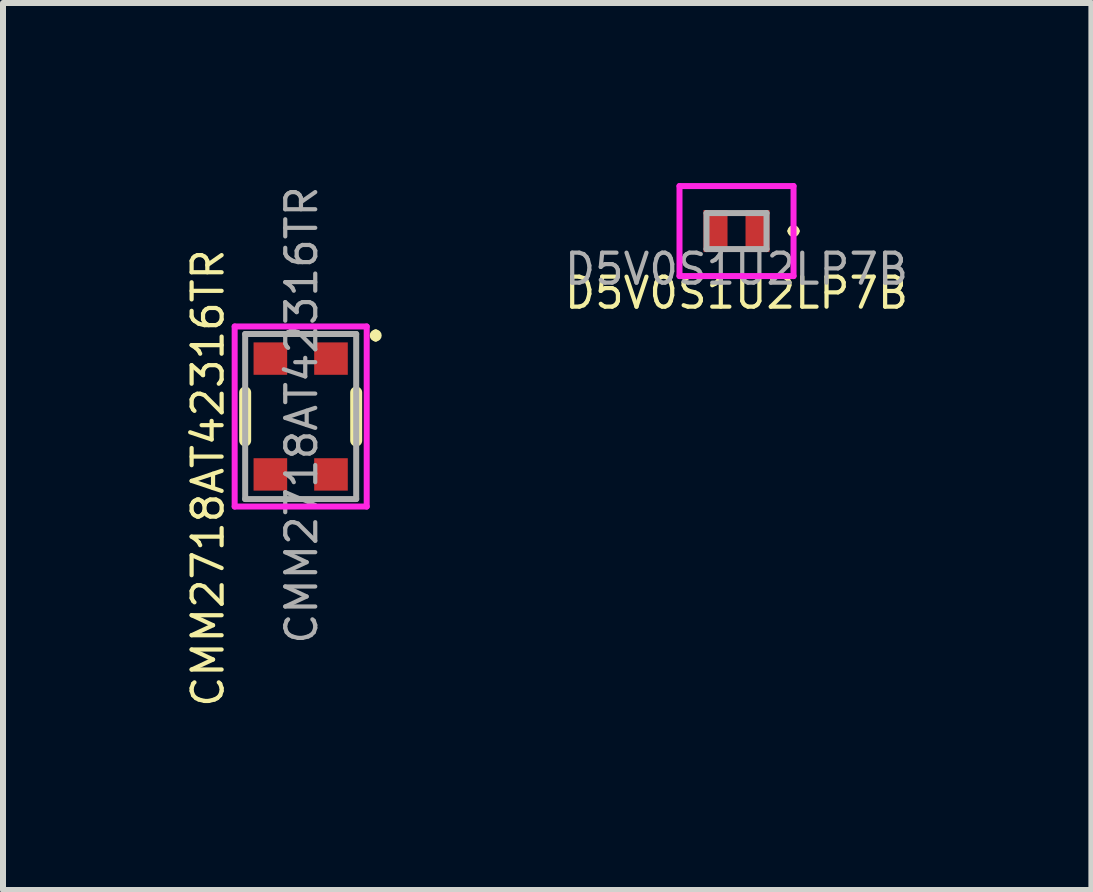
<source format=kicad_pcb>
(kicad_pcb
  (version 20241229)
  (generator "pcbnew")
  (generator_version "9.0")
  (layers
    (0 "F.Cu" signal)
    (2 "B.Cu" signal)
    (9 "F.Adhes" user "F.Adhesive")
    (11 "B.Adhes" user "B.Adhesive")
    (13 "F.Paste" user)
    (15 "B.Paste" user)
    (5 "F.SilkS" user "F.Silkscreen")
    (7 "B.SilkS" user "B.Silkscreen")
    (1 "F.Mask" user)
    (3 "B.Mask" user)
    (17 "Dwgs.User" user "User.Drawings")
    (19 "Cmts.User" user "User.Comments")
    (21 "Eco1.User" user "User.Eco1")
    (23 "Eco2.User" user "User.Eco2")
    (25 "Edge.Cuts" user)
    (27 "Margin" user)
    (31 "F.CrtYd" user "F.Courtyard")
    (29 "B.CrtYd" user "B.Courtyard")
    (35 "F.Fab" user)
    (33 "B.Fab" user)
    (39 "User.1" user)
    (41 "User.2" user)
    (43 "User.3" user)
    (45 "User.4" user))
  (footprint "CMM2718AT42316TR"
    (layer "F.Cu")
    (at 1.96 3.89)
    (property "Reference" "CMM2718AT42316TR" (at -1.545 1.025 90) (layer "F.SilkS") (effects (font (size 0.5 0.5) (thickness 0.07))))
    (attr smd)
    (fp_line (start -0.925 -0.4) (end -0.925 0.4) (stroke (width 0.2) (type solid)) (layer "F.SilkS"))
    (fp_line (start 0.925 -0.4) (end 0.925 0.4) (stroke (width 0.2) (type solid)) (layer "F.SilkS"))
    (fp_line (start 1.25 -1.4) (end 1.25 -1.4) (stroke (width 0.1) (type solid)) (layer "F.SilkS"))
    (fp_line (start 1.25 -1.3) (end 1.25 -1.3) (stroke (width 0.1) (type solid)) (layer "F.SilkS"))
    (fp_arc (start 1.25 -1.4) (mid 1.3 -1.35) (end 1.25 -1.3) (stroke (width 0.1) (type solid)) (layer "F.SilkS"))
    (fp_arc (start 1.25 -1.3) (mid 1.2 -1.35) (end 1.25 -1.4) (stroke (width 0.1) (type solid)) (layer "F.SilkS"))
    (fp_line (start -1.1 -1.5) (end 1.1 -1.5) (stroke (width 0.1) (type solid)) (layer "F.CrtYd"))
    (fp_line (start -1.1 1.5) (end -1.1 -1.5) (stroke (width 0.1) (type solid)) (layer "F.CrtYd"))
    (fp_line (start 1.1 -1.5) (end 1.1 1.5) (stroke (width 0.1) (type solid)) (layer "F.CrtYd"))
    (fp_line (start 1.1 1.5) (end -1.1 1.5) (stroke (width 0.1) (type solid)) (layer "F.CrtYd"))
    (fp_line (start -0.925 -1.375) (end 0.925 -1.375) (stroke (width 0.1) (type solid)) (layer "F.Fab"))
    (fp_line (start -0.925 1.375) (end -0.925 -1.375) (stroke (width 0.1) (type solid)) (layer "F.Fab"))
    (fp_line (start 0.925 -1.375) (end 0.925 1.375) (stroke (width 0.1) (type solid)) (layer "F.Fab"))
    (fp_line (start 0.925 1.375) (end -0.925 1.375) (stroke (width 0.1) (type solid)) (layer "F.Fab"))
    (fp_text user "${REFERENCE}" (at 0.015 -0.025 90) (layer "F.Fab") (effects (font (size 0.5 0.5) (thickness 0.07))))
    (pad "1" smd rect (at 0.505 -0.965 90) (size 0.54 0.56) (layers "F.Cu" "F.Mask" "F.Paste"))
    (pad "2" smd rect (at 0.505 0.965 90) (size 0.54 0.56) (layers "F.Cu" "F.Mask" "F.Paste"))
    (pad "3" smd rect (at -0.505 0.965 90) (size 0.54 0.56) (layers "F.Cu" "F.Mask" "F.Paste"))
    (pad "4" smd rect (at -0.505 -0.965 90) (size 0.54 0.56) (layers "F.Cu" "F.Mask" "F.Paste")))
  (footprint "D5V0S1U2LP7B"
    (layer "F.Cu")
    (at 9.222 0.8)
    (property "Reference" "D5V0S1U2LP7B" (at 0 1.032 180) (layer "F.SilkS") (effects (font (size 0.5 0.5) (thickness 0.07))))
    (attr smd)
    (fp_line (start 0.9 0) (end 0.9 0) (stroke (width 0.1) (type solid)) (layer "F.SilkS"))
    (fp_line (start 1 0) (end 1 0) (stroke (width 0.1) (type solid)) (layer "F.SilkS"))
    (fp_arc (start 0.9 0) (mid 0.95 -0.05) (end 1 0) (stroke (width 0.1) (type solid)) (layer "F.SilkS"))
    (fp_arc (start 1 0) (mid 0.95 0.05) (end 0.9 0) (stroke (width 0.1) (type solid)) (layer "F.SilkS"))
    (fp_line (start -0.95 -0.75) (end 0.95 -0.75) (stroke (width 0.1) (type solid)) (layer "F.CrtYd"))
    (fp_line (start -0.95 0.75) (end -0.95 -0.75) (stroke (width 0.1) (type solid)) (layer "F.CrtYd"))
    (fp_line (start 0.95 -0.75) (end 0.95 0.75) (stroke (width 0.1) (type solid)) (layer "F.CrtYd"))
    (fp_line (start 0.95 0.75) (end -0.95 0.75) (stroke (width 0.1) (type solid)) (layer "F.CrtYd"))
    (fp_line (start -0.5 -0.3) (end -0.5 0.3) (stroke (width 0.1) (type solid)) (layer "F.Fab"))
    (fp_line (start -0.5 0.3) (end 0.5 0.3) (stroke (width 0.1) (type solid)) (layer "F.Fab"))
    (fp_line (start 0.5 -0.3) (end -0.5 -0.3) (stroke (width 0.1) (type solid)) (layer "F.Fab"))
    (fp_line (start 0.5 0.3) (end 0.5 -0.3) (stroke (width 0.1) (type solid)) (layer "F.Fab"))
    (fp_text user "${REFERENCE}" (at 0 0.632 180) (layer "F.Fab") (effects (font (size 0.5 0.5) (thickness 0.07))))
    (pad "1" smd rect (at 0.35 0) (size 0.4 0.7) (layers "F.Cu" "F.Mask" "F.Paste"))
    (pad "2" smd rect (at -0.35 0) (size 0.4 0.7) (layers "F.Cu" "F.Mask" "F.Paste")))
  (gr_rect
    (start -3 -3)
    (end 15.135 11.779)
    (stroke (width 0.1) (type default))
    (fill no)
    (layer "Edge.Cuts")))
</source>
